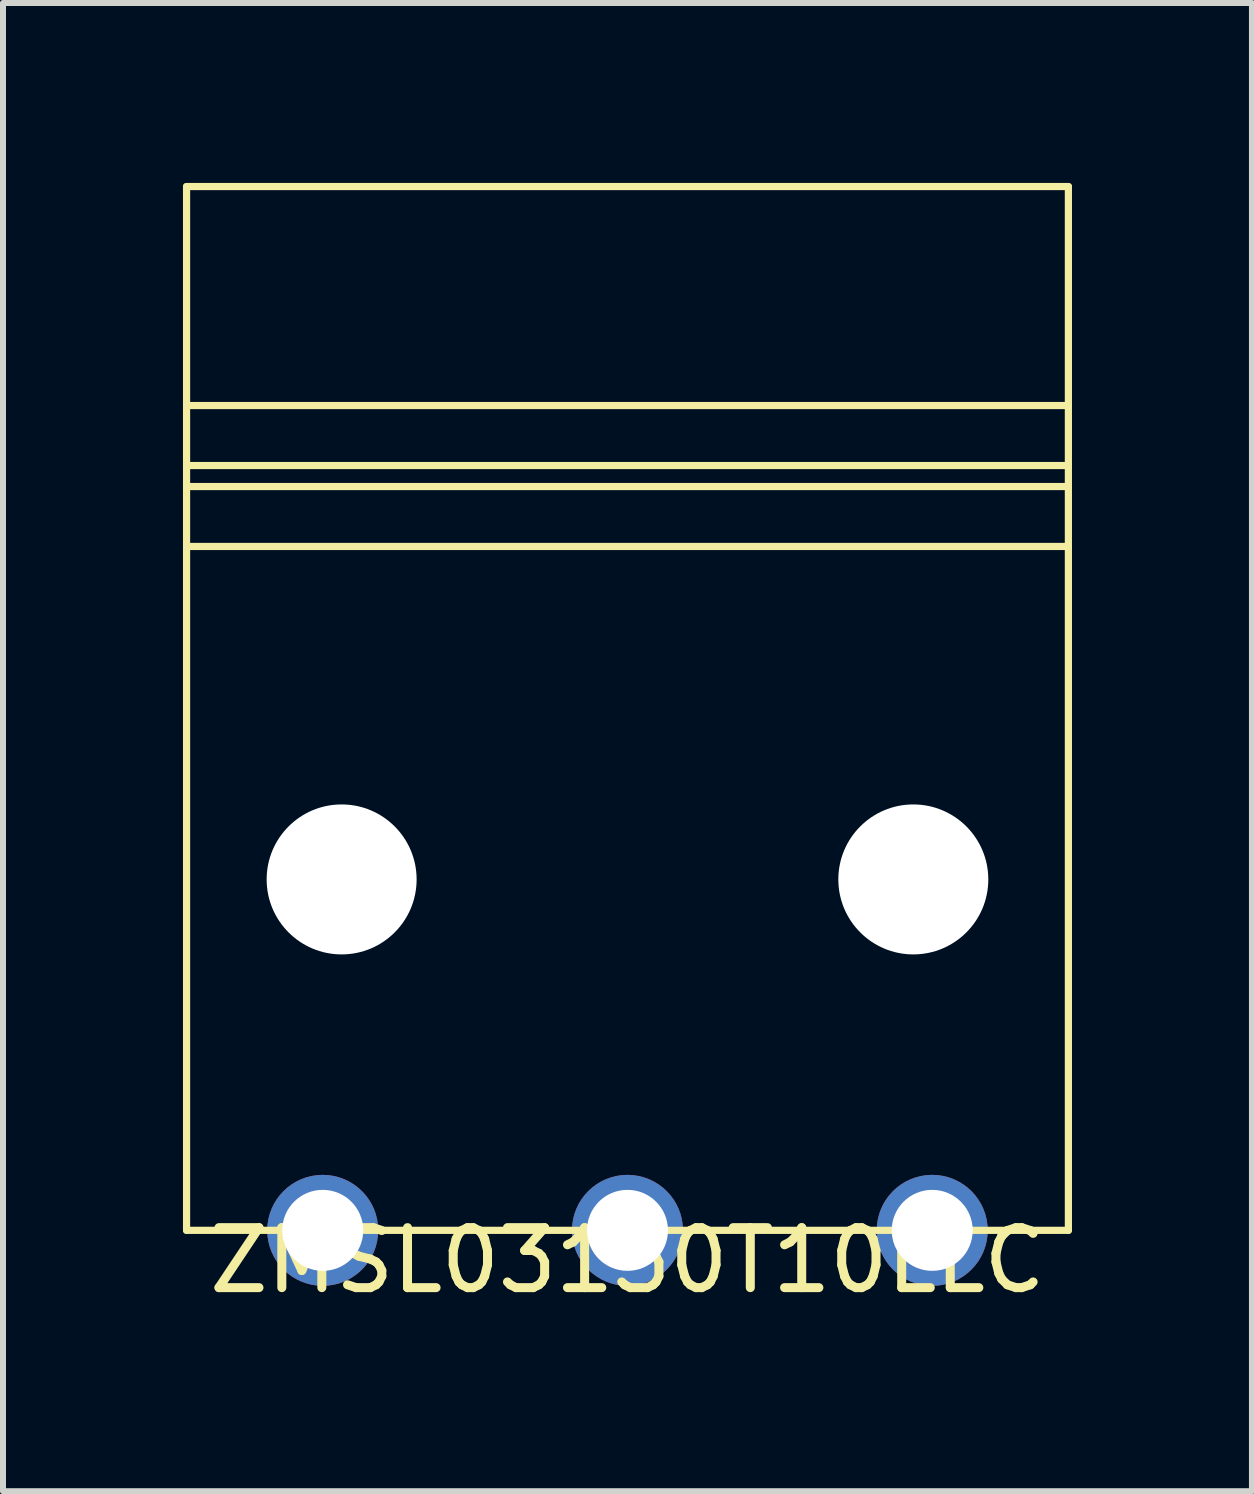
<source format=kicad_pcb>
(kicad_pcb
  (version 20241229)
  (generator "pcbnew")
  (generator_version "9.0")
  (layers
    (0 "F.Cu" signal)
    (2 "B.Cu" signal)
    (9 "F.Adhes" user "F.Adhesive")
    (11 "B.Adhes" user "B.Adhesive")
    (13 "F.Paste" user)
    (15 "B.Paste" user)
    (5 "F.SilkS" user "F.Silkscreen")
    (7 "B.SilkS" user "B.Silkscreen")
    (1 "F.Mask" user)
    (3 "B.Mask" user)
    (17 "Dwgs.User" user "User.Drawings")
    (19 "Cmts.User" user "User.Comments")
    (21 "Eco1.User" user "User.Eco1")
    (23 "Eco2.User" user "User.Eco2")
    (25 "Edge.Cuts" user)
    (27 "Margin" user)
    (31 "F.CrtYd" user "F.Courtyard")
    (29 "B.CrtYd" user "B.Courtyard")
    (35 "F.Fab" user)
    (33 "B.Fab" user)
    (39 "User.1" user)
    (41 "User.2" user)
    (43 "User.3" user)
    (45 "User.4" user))
  (footprint "ZMSL03130T10LLC"
    (layer "F.Cu")
    (at 7.41 17.46)
    (property "Reference" "ZMSL03130T10LLC" (at 0 0.5 0) (layer "F.SilkS") (effects (font (size 1 1) (thickness 0.15))))
    (attr through_hole)
    (fp_line (start -7.35 -12.75) (end 7.35 -12.75) (stroke (width 0.12) (type solid)) (layer "F.SilkS"))
    (fp_line (start -7.35 -12.4) (end 7.35 -12.4) (stroke (width 0.12) (type solid)) (layer "F.SilkS"))
    (fp_line (start -7.35 0) (end -7.35 -17.4) (stroke (width 0.12) (type solid)) (layer "F.SilkS"))
    (fp_line (start -7.35 0) (end 7.35 0) (stroke (width 0.12) (type solid)) (layer "F.SilkS"))
    (fp_line (start 7.35 -17.4) (end -7.35 -17.4) (stroke (width 0.12) (type solid)) (layer "F.SilkS"))
    (fp_line (start 7.35 -13.75) (end -7.35 -13.75) (stroke (width 0.12) (type solid)) (layer "F.SilkS"))
    (fp_line (start 7.35 -11.4) (end -7.35 -11.4) (stroke (width 0.12) (type solid)) (layer "F.SilkS"))
    (fp_line (start 7.35 0) (end 7.35 -17.4) (stroke (width 0.12) (type solid)) (layer "F.SilkS"))
    (pad "" np_thru_hole circle (at -4.765 -5.85) (size 2.5 2.5) (drill 2.5) (layers "*.Cu" "*.Mask"))
    (pad "" np_thru_hole circle (at 4.765 -5.85) (size 2.5 2.5) (drill 2.5) (layers "*.Cu" "*.Mask"))
    (pad "1" thru_hole circle (at -5.08 0) (size 1.85 1.85) (drill 1.35) (layers "*.Cu" "*.Mask"))
    (pad "2" thru_hole circle (at 0 0) (size 1.85 1.85) (drill 1.35) (layers "*.Cu" "*.Mask"))
    (pad "3" thru_hole circle (at 5.08 0) (size 1.85 1.85) (drill 1.35) (layers "*.Cu" "*.Mask")))
  (gr_rect
    (start -3 -3)
    (end 17.82 21.808)
    (stroke (width 0.1) (type default))
    (fill no)
    (layer "Edge.Cuts")))
</source>
